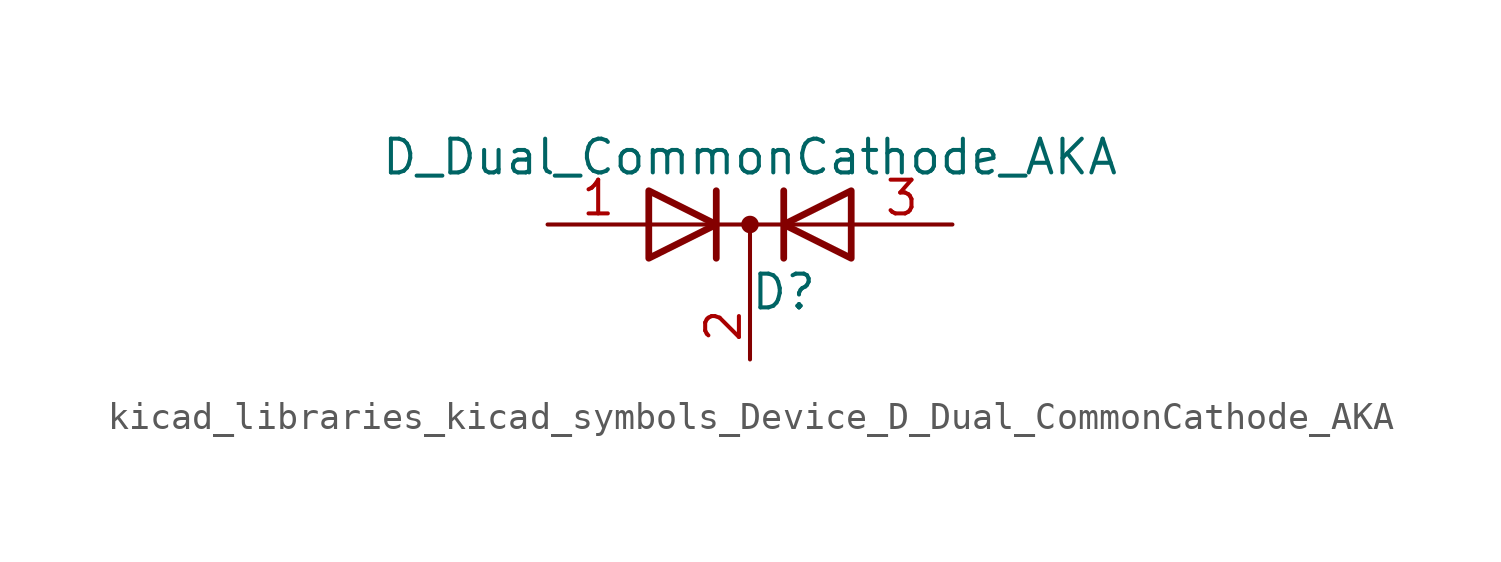
<source format=kicad_sym>
(kicad_symbol_lib
  (version 20220914)
  (generator kicad_symbol_editor)
  (symbol "kicad_libraries_kicad_symbols_Device_D_Dual_CommonCathode_AKA"
    (pin_names
      (offset 0.762) hide)
    (property "Reference" "D"
      (at 1.27 -2.54 0)
      (effects (font (size 1.27 1.27))))
    (property "Value" "D_Dual_CommonCathode_AKA"
      (at 0 2.54 0)
      (effects (font (size 1.27 1.27))))
    (symbol "kicad_libraries_kicad_symbols_Device_D_Dual_CommonCathode_AKA_0_1"
      (polyline (pts (xy 0 0) (xy 0 -2.54)) (stroke (width 0) (type default)) (fill (type none)))
      (polyline (pts (xy 3.81 0) (xy -3.81 0)) (stroke (width 0) (type default)) (fill (type none)))
      (polyline (pts (xy -1.27 -1.27) (xy -1.27 1.27) (xy -1.27 1.27)) (stroke (width 0.254) (type default)) (fill (type none)))
      (polyline (pts (xy 1.27 -1.27) (xy 1.27 1.27) (xy 1.27 1.27)) (stroke (width 0.254) (type default)) (fill (type none)))
      (polyline (pts (xy -3.81 1.27) (xy -1.27 0) (xy -3.81 -1.27) (xy -3.81 1.27) (xy -3.81 1.27) (xy -3.81 1.27)) (stroke (width 0.254) (type default)) (fill (type none)))
      (polyline (pts (xy 3.81 -1.27) (xy 1.27 0) (xy 3.81 1.27) (xy 3.81 -1.27) (xy 3.81 -1.27) (xy 3.81 -1.27)) (stroke (width 0.254) (type default)) (fill (type none)))
      (circle (center 0 0) (radius 0.254) (stroke (width 0) (type default)) (fill (type outline)))
      (pin passive line (at -7.62 0 0) (length 3.81) (name "A" (effects (font (size 1.27 1.27)))) (number "1" (effects (font (size 1.27 1.27)))))
      (pin passive line (at 0 -5.08 90) (length 2.54) (name "K" (effects (font (size 1.27 1.27)))) (number "2" (effects (font (size 1.27 1.27)))))
      (pin passive line (at 7.62 0 180) (length 3.81) (name "A" (effects (font (size 1.27 1.27)))) (number "3" (effects (font (size 1.27 1.27))))))))
</source>
